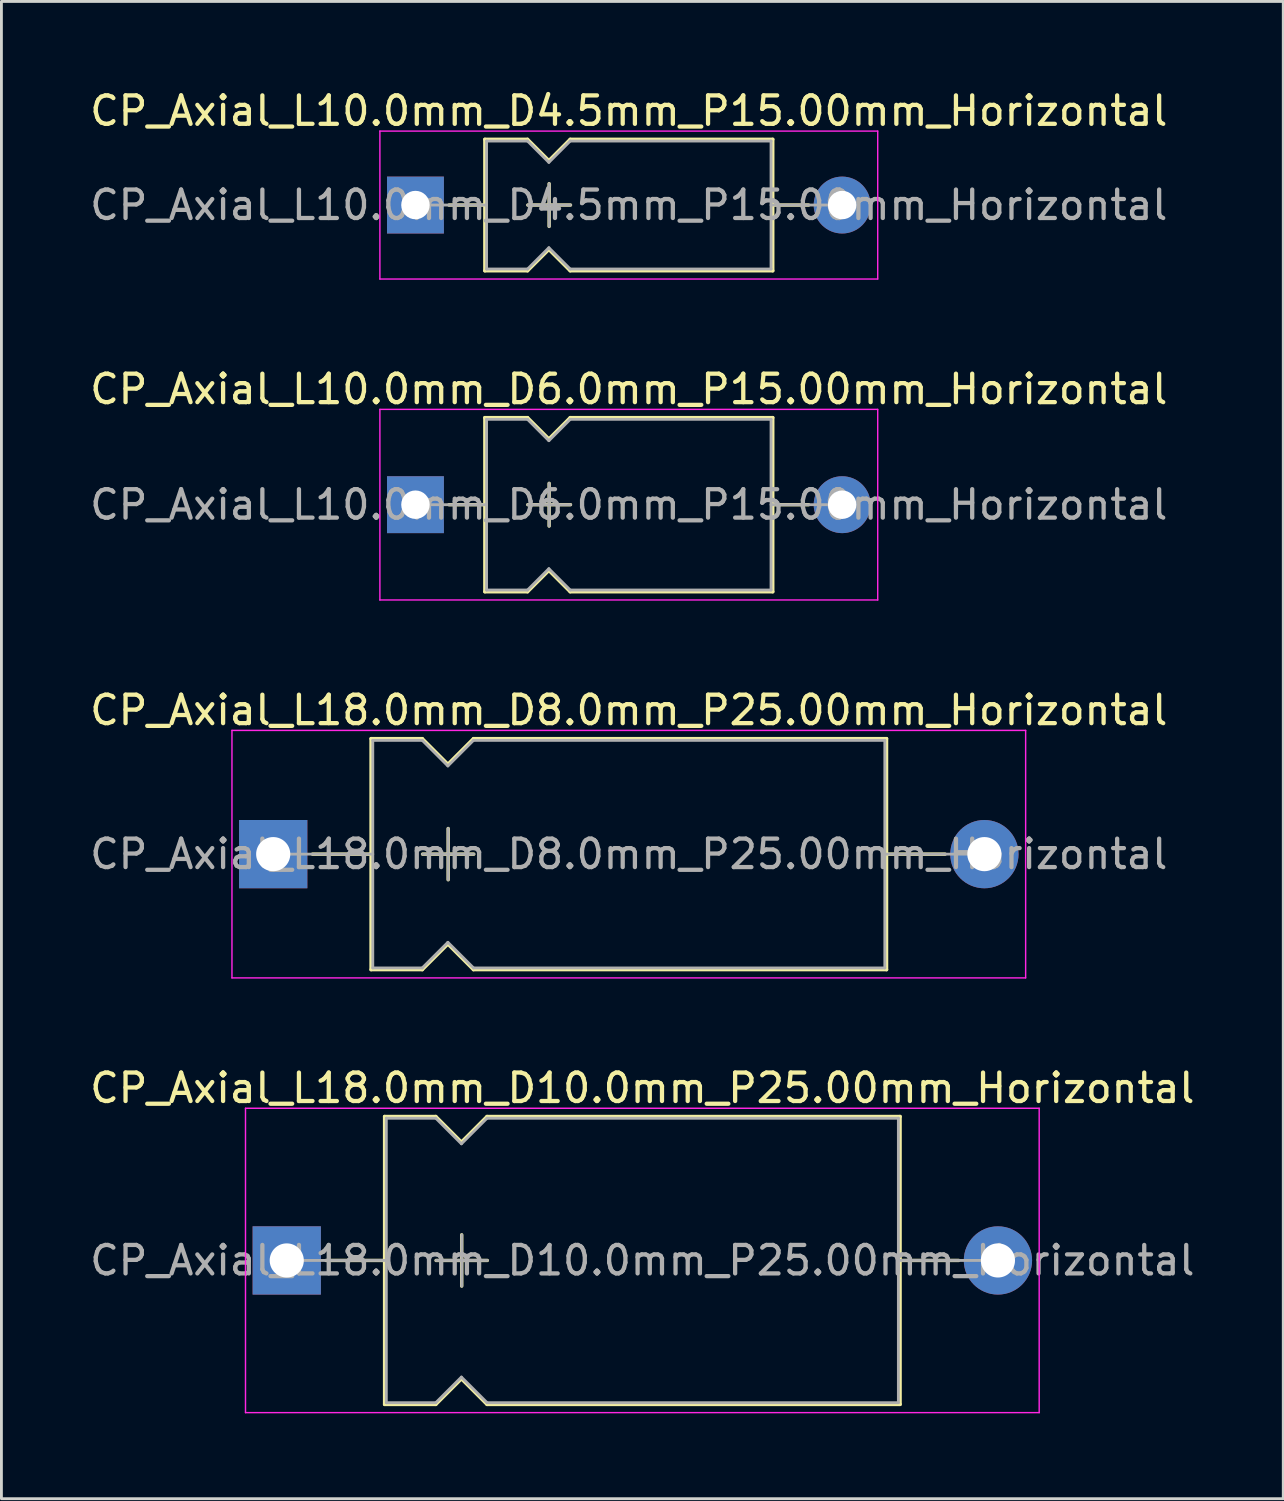
<source format=kicad_pcb>
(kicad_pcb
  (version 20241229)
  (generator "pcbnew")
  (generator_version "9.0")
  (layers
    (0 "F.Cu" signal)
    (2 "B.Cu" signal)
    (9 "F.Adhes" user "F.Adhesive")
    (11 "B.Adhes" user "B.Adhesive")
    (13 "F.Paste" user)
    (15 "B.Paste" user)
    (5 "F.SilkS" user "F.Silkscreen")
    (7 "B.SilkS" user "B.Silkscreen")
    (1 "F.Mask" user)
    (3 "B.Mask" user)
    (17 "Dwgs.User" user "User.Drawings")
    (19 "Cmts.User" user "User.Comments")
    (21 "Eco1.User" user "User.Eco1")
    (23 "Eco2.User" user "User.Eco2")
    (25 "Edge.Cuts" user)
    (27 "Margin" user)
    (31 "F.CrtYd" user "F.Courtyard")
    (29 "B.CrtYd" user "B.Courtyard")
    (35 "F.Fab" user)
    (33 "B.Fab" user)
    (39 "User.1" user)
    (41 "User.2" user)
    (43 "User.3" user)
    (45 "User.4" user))
  (footprint "CP_Axial_L10.0mm_D6.0mm_P15.00mm_Horizontal"
    (layer "F.Cu")
    (at 11.554 14.691)
    (property "Reference" "CP_Axial_L10.0mm_D6.0mm_P15.00mm_Horizontal" (at 7.5 -4.06 0) (layer "F.SilkS") (effects (font (size 1 1) (thickness 0.15))))
    (attr through_hole)
    (fp_line (start 1.18 0) (end 2.44 0) (stroke (width 0.12) (type solid)) (layer "F.SilkS"))
    (fp_line (start 2.44 -3.06) (end 2.44 3.06) (stroke (width 0.12) (type solid)) (layer "F.SilkS"))
    (fp_line (start 2.44 -3.06) (end 3.94 -3.06) (stroke (width 0.12) (type solid)) (layer "F.SilkS"))
    (fp_line (start 2.44 3.06) (end 3.94 3.06) (stroke (width 0.12) (type solid)) (layer "F.SilkS"))
    (fp_line (start 3.94 -3.06) (end 4.69 -2.31) (stroke (width 0.12) (type solid)) (layer "F.SilkS"))
    (fp_line (start 3.94 3.06) (end 4.69 2.31) (stroke (width 0.12) (type solid)) (layer "F.SilkS"))
    (fp_line (start 3.95 0) (end 5.45 0) (stroke (width 0.12) (type solid)) (layer "F.SilkS"))
    (fp_line (start 4.69 -2.31) (end 5.44 -3.06) (stroke (width 0.12) (type solid)) (layer "F.SilkS"))
    (fp_line (start 4.69 2.31) (end 5.44 3.06) (stroke (width 0.12) (type solid)) (layer "F.SilkS"))
    (fp_line (start 4.7 -0.75) (end 4.7 0.75) (stroke (width 0.12) (type solid)) (layer "F.SilkS"))
    (fp_line (start 5.44 -3.06) (end 12.56 -3.06) (stroke (width 0.12) (type solid)) (layer "F.SilkS"))
    (fp_line (start 5.44 3.06) (end 12.56 3.06) (stroke (width 0.12) (type solid)) (layer "F.SilkS"))
    (fp_line (start 12.56 -3.06) (end 12.56 3.06) (stroke (width 0.12) (type solid)) (layer "F.SilkS"))
    (fp_line (start 13.82 0) (end 12.56 0) (stroke (width 0.12) (type solid)) (layer "F.SilkS"))
    (fp_line (start -1.25 -3.35) (end -1.25 3.35) (stroke (width 0.05) (type solid)) (layer "F.CrtYd"))
    (fp_line (start -1.25 3.35) (end 16.25 3.35) (stroke (width 0.05) (type solid)) (layer "F.CrtYd"))
    (fp_line (start 16.25 -3.35) (end -1.25 -3.35) (stroke (width 0.05) (type solid)) (layer "F.CrtYd"))
    (fp_line (start 16.25 3.35) (end 16.25 -3.35) (stroke (width 0.05) (type solid)) (layer "F.CrtYd"))
    (fp_line (start 0 0) (end 2.5 0) (stroke (width 0.1) (type solid)) (layer "F.Fab"))
    (fp_line (start 2.5 -3) (end 2.5 3) (stroke (width 0.1) (type solid)) (layer "F.Fab"))
    (fp_line (start 2.5 -3) (end 3.94 -3) (stroke (width 0.1) (type solid)) (layer "F.Fab"))
    (fp_line (start 2.5 3) (end 3.94 3) (stroke (width 0.1) (type solid)) (layer "F.Fab"))
    (fp_line (start 3.94 -3) (end 4.69 -2.25) (stroke (width 0.1) (type solid)) (layer "F.Fab"))
    (fp_line (start 3.94 3) (end 4.69 2.25) (stroke (width 0.1) (type solid)) (layer "F.Fab"))
    (fp_line (start 3.95 0) (end 5.45 0) (stroke (width 0.1) (type solid)) (layer "F.Fab"))
    (fp_line (start 4.69 -2.25) (end 5.44 -3) (stroke (width 0.1) (type solid)) (layer "F.Fab"))
    (fp_line (start 4.69 2.25) (end 5.44 3) (stroke (width 0.1) (type solid)) (layer "F.Fab"))
    (fp_line (start 4.7 -0.75) (end 4.7 0.75) (stroke (width 0.1) (type solid)) (layer "F.Fab"))
    (fp_line (start 5.44 -3) (end 12.5 -3) (stroke (width 0.1) (type solid)) (layer "F.Fab"))
    (fp_line (start 5.44 3) (end 12.5 3) (stroke (width 0.1) (type solid)) (layer "F.Fab"))
    (fp_line (start 12.5 -3) (end 12.5 3) (stroke (width 0.1) (type solid)) (layer "F.Fab"))
    (fp_line (start 15 0) (end 12.5 0) (stroke (width 0.1) (type solid)) (layer "F.Fab"))
    (fp_text user "${REFERENCE}" (at 7.5 0 0) (layer "F.Fab") (effects (font (size 1 1) (thickness 0.15))))
    (pad "1" thru_hole rect (at 0 0) (size 2 2) (drill 1) (layers "*.Cu" "*.Mask"))
    (pad "2" thru_hole oval (at 15 0) (size 2 2) (drill 1) (layers "*.Cu" "*.Mask")))
  (footprint "CP_Axial_L18.0mm_D8.0mm_P25.00mm_Horizontal"
    (layer "F.Cu")
    (at 6.554 26.975)
    (property "Reference" "CP_Axial_L18.0mm_D8.0mm_P25.00mm_Horizontal" (at 12.5 -5.06 0) (layer "F.SilkS") (effects (font (size 1 1) (thickness 0.15))))
    (attr through_hole)
    (fp_line (start 1.38 0) (end 3.44 0) (stroke (width 0.12) (type solid)) (layer "F.SilkS"))
    (fp_line (start 3.44 -4.06) (end 3.44 4.06) (stroke (width 0.12) (type solid)) (layer "F.SilkS"))
    (fp_line (start 3.44 -4.06) (end 5.24 -4.06) (stroke (width 0.12) (type solid)) (layer "F.SilkS"))
    (fp_line (start 3.44 4.06) (end 5.24 4.06) (stroke (width 0.12) (type solid)) (layer "F.SilkS"))
    (fp_line (start 5.24 -4.06) (end 6.14 -3.16) (stroke (width 0.12) (type solid)) (layer "F.SilkS"))
    (fp_line (start 5.24 4.06) (end 6.14 3.16) (stroke (width 0.12) (type solid)) (layer "F.SilkS"))
    (fp_line (start 5.25 0) (end 7.05 0) (stroke (width 0.12) (type solid)) (layer "F.SilkS"))
    (fp_line (start 6.14 -3.16) (end 7.04 -4.06) (stroke (width 0.12) (type solid)) (layer "F.SilkS"))
    (fp_line (start 6.14 3.16) (end 7.04 4.06) (stroke (width 0.12) (type solid)) (layer "F.SilkS"))
    (fp_line (start 6.15 -0.9) (end 6.15 0.9) (stroke (width 0.12) (type solid)) (layer "F.SilkS"))
    (fp_line (start 7.04 -4.06) (end 21.56 -4.06) (stroke (width 0.12) (type solid)) (layer "F.SilkS"))
    (fp_line (start 7.04 4.06) (end 21.56 4.06) (stroke (width 0.12) (type solid)) (layer "F.SilkS"))
    (fp_line (start 21.56 -4.06) (end 21.56 4.06) (stroke (width 0.12) (type solid)) (layer "F.SilkS"))
    (fp_line (start 23.62 0) (end 21.56 0) (stroke (width 0.12) (type solid)) (layer "F.SilkS"))
    (fp_line (start -1.45 -4.35) (end -1.45 4.35) (stroke (width 0.05) (type solid)) (layer "F.CrtYd"))
    (fp_line (start -1.45 4.35) (end 26.45 4.35) (stroke (width 0.05) (type solid)) (layer "F.CrtYd"))
    (fp_line (start 26.45 -4.35) (end -1.45 -4.35) (stroke (width 0.05) (type solid)) (layer "F.CrtYd"))
    (fp_line (start 26.45 4.35) (end 26.45 -4.35) (stroke (width 0.05) (type solid)) (layer "F.CrtYd"))
    (fp_line (start 0 0) (end 3.5 0) (stroke (width 0.1) (type solid)) (layer "F.Fab"))
    (fp_line (start 3.5 -4) (end 3.5 4) (stroke (width 0.1) (type solid)) (layer "F.Fab"))
    (fp_line (start 3.5 -4) (end 5.24 -4) (stroke (width 0.1) (type solid)) (layer "F.Fab"))
    (fp_line (start 3.5 4) (end 5.24 4) (stroke (width 0.1) (type solid)) (layer "F.Fab"))
    (fp_line (start 5.24 -4) (end 6.14 -3.1) (stroke (width 0.1) (type solid)) (layer "F.Fab"))
    (fp_line (start 5.24 4) (end 6.14 3.1) (stroke (width 0.1) (type solid)) (layer "F.Fab"))
    (fp_line (start 5.25 0) (end 7.05 0) (stroke (width 0.1) (type solid)) (layer "F.Fab"))
    (fp_line (start 6.14 -3.1) (end 7.04 -4) (stroke (width 0.1) (type solid)) (layer "F.Fab"))
    (fp_line (start 6.14 3.1) (end 7.04 4) (stroke (width 0.1) (type solid)) (layer "F.Fab"))
    (fp_line (start 6.15 -0.9) (end 6.15 0.9) (stroke (width 0.1) (type solid)) (layer "F.Fab"))
    (fp_line (start 7.04 -4) (end 21.5 -4) (stroke (width 0.1) (type solid)) (layer "F.Fab"))
    (fp_line (start 7.04 4) (end 21.5 4) (stroke (width 0.1) (type solid)) (layer "F.Fab"))
    (fp_line (start 21.5 -4) (end 21.5 4) (stroke (width 0.1) (type solid)) (layer "F.Fab"))
    (fp_line (start 25 0) (end 21.5 0) (stroke (width 0.1) (type solid)) (layer "F.Fab"))
    (fp_text user "${REFERENCE}" (at 12.5 0 0) (layer "F.Fab") (effects (font (size 1 1) (thickness 0.15))))
    (pad "1" thru_hole rect (at 0 0) (size 2.4 2.4) (drill 1.2) (layers "*.Cu" "*.Mask"))
    (pad "2" thru_hole oval (at 25 0) (size 2.4 2.4) (drill 1.2) (layers "*.Cu" "*.Mask")))
  (footprint "CP_Axial_L18.0mm_D10.0mm_P25.00mm_Horizontal"
    (layer "F.Cu")
    (at 7.03 41.258)
    (property "Reference" "CP_Axial_L18.0mm_D10.0mm_P25.00mm_Horizontal" (at 12.5 -6.06 0) (layer "F.SilkS") (effects (font (size 1 1) (thickness 0.15))))
    (attr through_hole)
    (fp_line (start 1.38 0) (end 3.44 0) (stroke (width 0.12) (type solid)) (layer "F.SilkS"))
    (fp_line (start 3.44 -5.06) (end 3.44 5.06) (stroke (width 0.12) (type solid)) (layer "F.SilkS"))
    (fp_line (start 3.44 -5.06) (end 5.24 -5.06) (stroke (width 0.12) (type solid)) (layer "F.SilkS"))
    (fp_line (start 3.44 5.06) (end 5.24 5.06) (stroke (width 0.12) (type solid)) (layer "F.SilkS"))
    (fp_line (start 5.24 -5.06) (end 6.14 -4.16) (stroke (width 0.12) (type solid)) (layer "F.SilkS"))
    (fp_line (start 5.24 5.06) (end 6.14 4.16) (stroke (width 0.12) (type solid)) (layer "F.SilkS"))
    (fp_line (start 5.25 0) (end 7.05 0) (stroke (width 0.12) (type solid)) (layer "F.SilkS"))
    (fp_line (start 6.14 -4.16) (end 7.04 -5.06) (stroke (width 0.12) (type solid)) (layer "F.SilkS"))
    (fp_line (start 6.14 4.16) (end 7.04 5.06) (stroke (width 0.12) (type solid)) (layer "F.SilkS"))
    (fp_line (start 6.15 -0.9) (end 6.15 0.9) (stroke (width 0.12) (type solid)) (layer "F.SilkS"))
    (fp_line (start 7.04 -5.06) (end 21.56 -5.06) (stroke (width 0.12) (type solid)) (layer "F.SilkS"))
    (fp_line (start 7.04 5.06) (end 21.56 5.06) (stroke (width 0.12) (type solid)) (layer "F.SilkS"))
    (fp_line (start 21.56 -5.06) (end 21.56 5.06) (stroke (width 0.12) (type solid)) (layer "F.SilkS"))
    (fp_line (start 23.62 0) (end 21.56 0) (stroke (width 0.12) (type solid)) (layer "F.SilkS"))
    (fp_line (start -1.45 -5.35) (end -1.45 5.35) (stroke (width 0.05) (type solid)) (layer "F.CrtYd"))
    (fp_line (start -1.45 5.35) (end 26.45 5.35) (stroke (width 0.05) (type solid)) (layer "F.CrtYd"))
    (fp_line (start 26.45 -5.35) (end -1.45 -5.35) (stroke (width 0.05) (type solid)) (layer "F.CrtYd"))
    (fp_line (start 26.45 5.35) (end 26.45 -5.35) (stroke (width 0.05) (type solid)) (layer "F.CrtYd"))
    (fp_line (start 0 0) (end 3.5 0) (stroke (width 0.1) (type solid)) (layer "F.Fab"))
    (fp_line (start 3.5 -5) (end 3.5 5) (stroke (width 0.1) (type solid)) (layer "F.Fab"))
    (fp_line (start 3.5 -5) (end 5.24 -5) (stroke (width 0.1) (type solid)) (layer "F.Fab"))
    (fp_line (start 3.5 5) (end 5.24 5) (stroke (width 0.1) (type solid)) (layer "F.Fab"))
    (fp_line (start 5.24 -5) (end 6.14 -4.1) (stroke (width 0.1) (type solid)) (layer "F.Fab"))
    (fp_line (start 5.24 5) (end 6.14 4.1) (stroke (width 0.1) (type solid)) (layer "F.Fab"))
    (fp_line (start 5.25 0) (end 7.05 0) (stroke (width 0.1) (type solid)) (layer "F.Fab"))
    (fp_line (start 6.14 -4.1) (end 7.04 -5) (stroke (width 0.1) (type solid)) (layer "F.Fab"))
    (fp_line (start 6.14 4.1) (end 7.04 5) (stroke (width 0.1) (type solid)) (layer "F.Fab"))
    (fp_line (start 6.15 -0.9) (end 6.15 0.9) (stroke (width 0.1) (type solid)) (layer "F.Fab"))
    (fp_line (start 7.04 -5) (end 21.5 -5) (stroke (width 0.1) (type solid)) (layer "F.Fab"))
    (fp_line (start 7.04 5) (end 21.5 5) (stroke (width 0.1) (type solid)) (layer "F.Fab"))
    (fp_line (start 21.5 -5) (end 21.5 5) (stroke (width 0.1) (type solid)) (layer "F.Fab"))
    (fp_line (start 25 0) (end 21.5 0) (stroke (width 0.1) (type solid)) (layer "F.Fab"))
    (fp_text user "${REFERENCE}" (at 12.5 0 0) (layer "F.Fab") (effects (font (size 1 1) (thickness 0.15))))
    (pad "1" thru_hole rect (at 0 0) (size 2.4 2.4) (drill 1.2) (layers "*.Cu" "*.Mask"))
    (pad "2" thru_hole oval (at 25 0) (size 2.4 2.4) (drill 1.2) (layers "*.Cu" "*.Mask")))
  (footprint "CP_Axial_L10.0mm_D4.5mm_P15.00mm_Horizontal"
    (layer "F.Cu")
    (at 11.554 4.158)
    (property "Reference" "CP_Axial_L10.0mm_D4.5mm_P15.00mm_Horizontal" (at 7.5 -3.31 0) (layer "F.SilkS") (effects (font (size 1 1) (thickness 0.15))))
    (attr through_hole)
    (fp_line (start 1.18 0) (end 2.44 0) (stroke (width 0.12) (type solid)) (layer "F.SilkS"))
    (fp_line (start 2.44 -2.31) (end 2.44 2.31) (stroke (width 0.12) (type solid)) (layer "F.SilkS"))
    (fp_line (start 2.44 -2.31) (end 3.94 -2.31) (stroke (width 0.12) (type solid)) (layer "F.SilkS"))
    (fp_line (start 2.44 2.31) (end 3.94 2.31) (stroke (width 0.12) (type solid)) (layer "F.SilkS"))
    (fp_line (start 3.94 -2.31) (end 4.69 -1.56) (stroke (width 0.12) (type solid)) (layer "F.SilkS"))
    (fp_line (start 3.94 2.31) (end 4.69 1.56) (stroke (width 0.12) (type solid)) (layer "F.SilkS"))
    (fp_line (start 3.95 0) (end 5.45 0) (stroke (width 0.12) (type solid)) (layer "F.SilkS"))
    (fp_line (start 4.69 -1.56) (end 5.44 -2.31) (stroke (width 0.12) (type solid)) (layer "F.SilkS"))
    (fp_line (start 4.69 1.56) (end 5.44 2.31) (stroke (width 0.12) (type solid)) (layer "F.SilkS"))
    (fp_line (start 4.7 -0.75) (end 4.7 0.75) (stroke (width 0.12) (type solid)) (layer "F.SilkS"))
    (fp_line (start 5.44 -2.31) (end 12.56 -2.31) (stroke (width 0.12) (type solid)) (layer "F.SilkS"))
    (fp_line (start 5.44 2.31) (end 12.56 2.31) (stroke (width 0.12) (type solid)) (layer "F.SilkS"))
    (fp_line (start 12.56 -2.31) (end 12.56 2.31) (stroke (width 0.12) (type solid)) (layer "F.SilkS"))
    (fp_line (start 13.82 0) (end 12.56 0) (stroke (width 0.12) (type solid)) (layer "F.SilkS"))
    (fp_line (start -1.25 -2.6) (end -1.25 2.6) (stroke (width 0.05) (type solid)) (layer "F.CrtYd"))
    (fp_line (start -1.25 2.6) (end 16.25 2.6) (stroke (width 0.05) (type solid)) (layer "F.CrtYd"))
    (fp_line (start 16.25 -2.6) (end -1.25 -2.6) (stroke (width 0.05) (type solid)) (layer "F.CrtYd"))
    (fp_line (start 16.25 2.6) (end 16.25 -2.6) (stroke (width 0.05) (type solid)) (layer "F.CrtYd"))
    (fp_line (start 0 0) (end 2.5 0) (stroke (width 0.1) (type solid)) (layer "F.Fab"))
    (fp_line (start 2.5 -2.25) (end 2.5 2.25) (stroke (width 0.1) (type solid)) (layer "F.Fab"))
    (fp_line (start 2.5 -2.25) (end 3.94 -2.25) (stroke (width 0.1) (type solid)) (layer "F.Fab"))
    (fp_line (start 2.5 2.25) (end 3.94 2.25) (stroke (width 0.1) (type solid)) (layer "F.Fab"))
    (fp_line (start 3.94 -2.25) (end 4.69 -1.5) (stroke (width 0.1) (type solid)) (layer "F.Fab"))
    (fp_line (start 3.94 2.25) (end 4.69 1.5) (stroke (width 0.1) (type solid)) (layer "F.Fab"))
    (fp_line (start 3.95 0) (end 5.45 0) (stroke (width 0.1) (type solid)) (layer "F.Fab"))
    (fp_line (start 4.69 -1.5) (end 5.44 -2.25) (stroke (width 0.1) (type solid)) (layer "F.Fab"))
    (fp_line (start 4.69 1.5) (end 5.44 2.25) (stroke (width 0.1) (type solid)) (layer "F.Fab"))
    (fp_line (start 4.7 -0.75) (end 4.7 0.75) (stroke (width 0.1) (type solid)) (layer "F.Fab"))
    (fp_line (start 5.44 -2.25) (end 12.5 -2.25) (stroke (width 0.1) (type solid)) (layer "F.Fab"))
    (fp_line (start 5.44 2.25) (end 12.5 2.25) (stroke (width 0.1) (type solid)) (layer "F.Fab"))
    (fp_line (start 12.5 -2.25) (end 12.5 2.25) (stroke (width 0.1) (type solid)) (layer "F.Fab"))
    (fp_line (start 15 0) (end 12.5 0) (stroke (width 0.1) (type solid)) (layer "F.Fab"))
    (fp_text user "${REFERENCE}" (at 7.5 0 0) (layer "F.Fab") (effects (font (size 1 1) (thickness 0.15))))
    (pad "1" thru_hole rect (at 0 0) (size 2 2) (drill 1) (layers "*.Cu" "*.Mask"))
    (pad "2" thru_hole oval (at 15 0) (size 2 2) (drill 1) (layers "*.Cu" "*.Mask")))
  (gr_rect
    (start -3 -3)
    (end 42.06 49.633)
    (stroke (width 0.1) (type default))
    (fill no)
    (layer "Edge.Cuts")))
</source>
